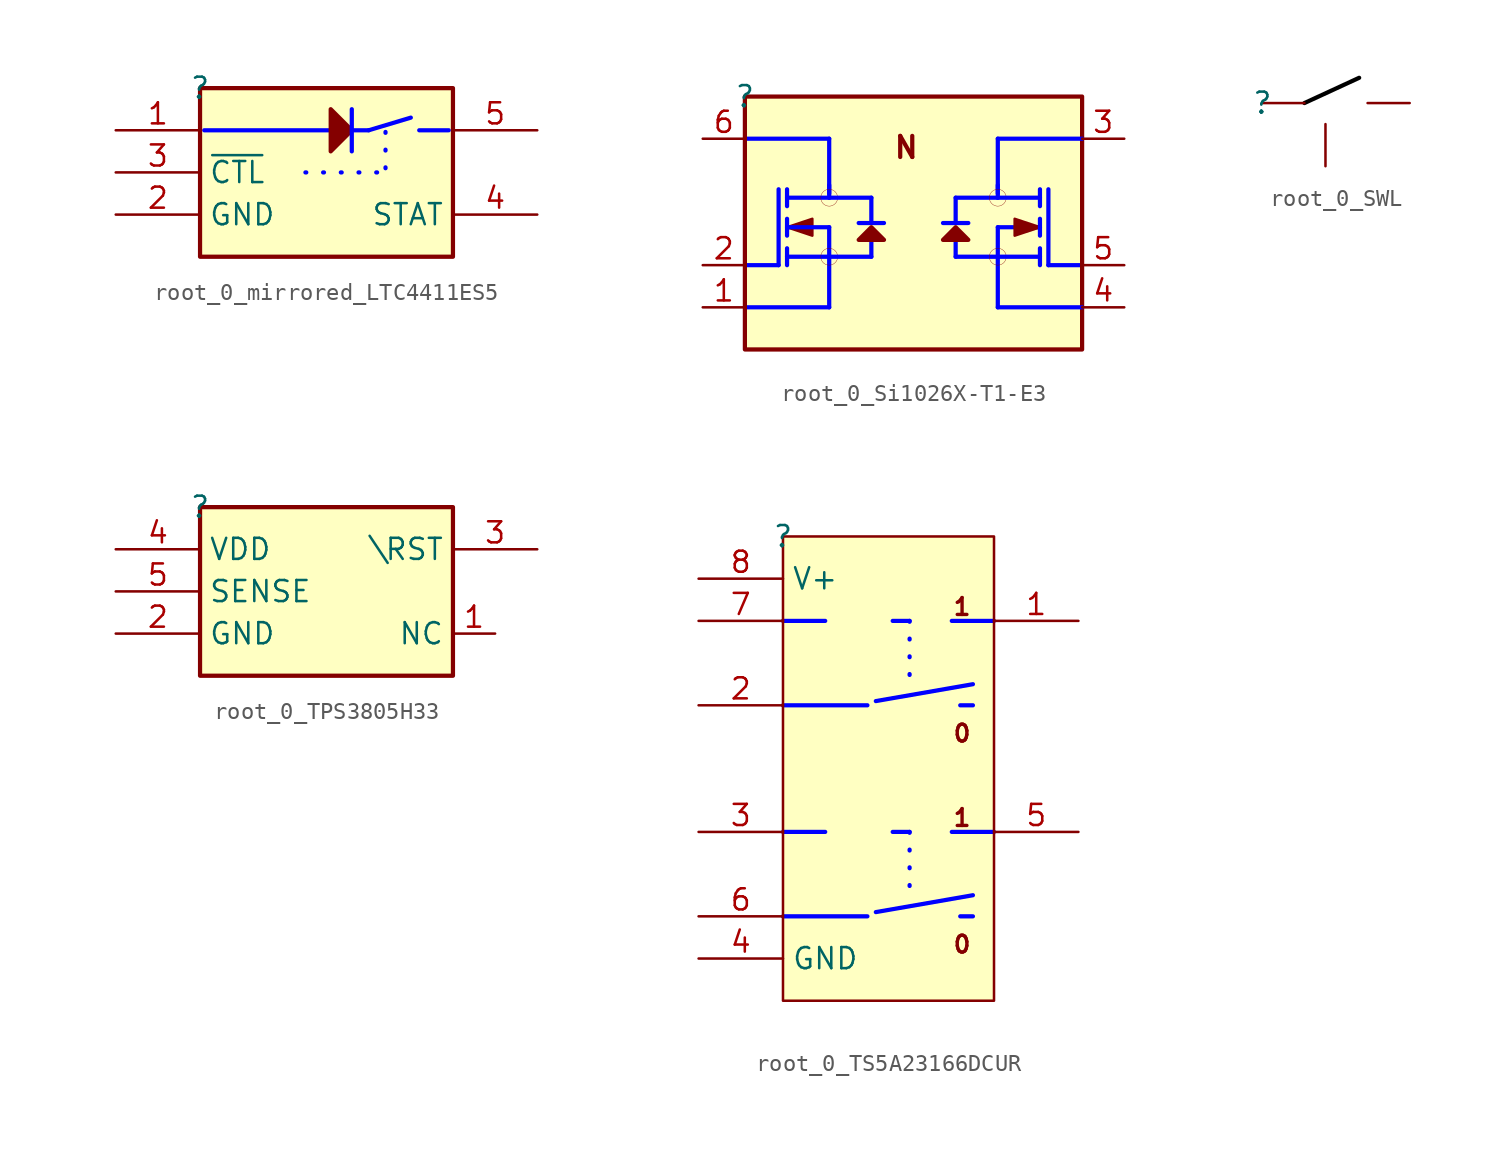
<source format=kicad_sym>
(kicad_symbol_lib
  (version 20231120)
  (generator "kicad_symbol_editor")
  (generator_version "8.0")
  (symbol "root_0_mirrored_LTC4411ES5"
    (property "Reference" ""
      (at 0 0 0)
      (effects (font (size 1.27 1.27))))
    (property "Value" ""
      (at 0 0 0)
      (effects (font (size 1.27 1.27))))
    (symbol "root_0_mirrored_LTC4411ES5_1_0"
      (polyline (pts (xy 0.254 -2.54) (xy 10.16 -2.54)) (stroke (width 0.254) (type solid) (color 0 0 255 1)) (fill (type none)))
      (polyline (pts (xy 6.35 -5.08) (xy 11.176 -5.08)) (stroke (width 0.254) (type dot) (color 0 0 255 1)) (fill (type none)))
      (polyline (pts (xy 9.144 -1.27) (xy 9.144 -3.81)) (stroke (width 0.254) (type solid) (color 0 0 255 1)) (fill (type none)))
      (polyline (pts (xy 10.16 -2.54) (xy 12.7 -1.778)) (stroke (width 0.254) (type solid) (color 0 0 255 1)) (fill (type none)))
      (polyline (pts (xy 11.176 -4.826) (xy 11.176 -2.54)) (stroke (width 0.254) (type dot) (color 0 0 255 1)) (fill (type none)))
      (polyline (pts (xy 13.208 -2.54) (xy 14.986 -2.54)) (stroke (width 0.254) (type solid) (color 0 0 255 1)) (fill (type none)))
      (polyline (pts (xy 7.874 -3.81) (xy 9.144 -2.54) (xy 7.874 -1.27) (xy 7.874 -3.81)) (stroke (width 0.254) (type solid)) (fill (type outline)))
      (rectangle (start 15.24 0) (end 0 -10.16) (stroke (width 0.254) (type solid)) (fill (type background)))
      (pin passive line (at -5.08 -2.54 0) (length 5.08) (name "IN" (effects (font (size 0 0)))) (number "1" (effects (font (size 1.27 1.27)))))
      (pin passive line (at -5.08 -7.62 0) (length 5.08) (name "GND" (effects (font (size 1.27 1.27)))) (number "2" (effects (font (size 1.27 1.27)))))
      (pin passive line (at -5.08 -5.08 0) (length 5.08) (name "~{CTL}" (effects (font (size 1.27 1.27)))) (number "3" (effects (font (size 1.27 1.27)))))
      (pin passive line (at 20.32 -7.62 180) (length 5.08) (name "STAT" (effects (font (size 1.27 1.27)))) (number "4" (effects (font (size 1.27 1.27)))))
      (pin passive line (at 20.32 -2.54 180) (length 5.08) (name "OUT" (effects (font (size 0 0)))) (number "5" (effects (font (size 1.27 1.27)))))))
  (symbol "root_0_Si1026X-T1-E3"
    (property "Reference" ""
      (at 0 0 0)
      (effects (font (size 1.27 1.27))))
    (property "Value" ""
      (at 0 0 0)
      (effects (font (size 1.27 1.27))))
    (symbol "root_0_Si1026X-T1-E3_1_0"
      (polyline (pts (xy 0 -10.16) (xy 2.032 -10.16)) (stroke (width 0.254) (type solid) (color 0 0 255 1)) (fill (type none)))
      (polyline (pts (xy 2.032 -5.588) (xy 2.032 -10.16)) (stroke (width 0.254) (type solid) (color 0 0 255 1)) (fill (type none)))
      (polyline (pts (xy 2.54 -10.16) (xy 2.54 -9.144)) (stroke (width 0.254) (type solid) (color 0 0 255 1)) (fill (type none)))
      (polyline (pts (xy 2.54 -8.382) (xy 2.54 -7.366)) (stroke (width 0.254) (type solid) (color 0 0 255 1)) (fill (type none)))
      (polyline (pts (xy 2.54 -5.588) (xy 2.54 -6.604)) (stroke (width 0.254) (type solid) (color 0 0 255 1)) (fill (type none)))
      (polyline (pts (xy 5.08 -12.7) (xy 0 -12.7)) (stroke (width 0.254) (type solid) (color 0 0 255 1)) (fill (type none)))
      (polyline (pts (xy 5.08 -9.652) (xy 2.54 -9.652)) (stroke (width 0.254) (type solid) (color 0 0 255 1)) (fill (type none)))
      (polyline (pts (xy 5.08 -7.874) (xy 2.54 -7.874)) (stroke (width 0.254) (type solid) (color 0 0 255 1)) (fill (type none)))
      (polyline (pts (xy 5.08 -7.874) (xy 5.08 -12.7)) (stroke (width 0.254) (type solid) (color 0 0 255 1)) (fill (type none)))
      (polyline (pts (xy 5.08 -6.096) (xy 2.54 -6.096)) (stroke (width 0.254) (type solid) (color 0 0 255 1)) (fill (type none)))
      (polyline (pts (xy 5.08 -6.096) (xy 5.08 -5.334)) (stroke (width 0.254) (type solid) (color 0 0 255 1)) (fill (type none)))
      (polyline (pts (xy 5.08 -5.842) (xy 5.08 -2.54)) (stroke (width 0.254) (type solid) (color 0 0 255 1)) (fill (type none)))
      (polyline (pts (xy 5.08 -2.54) (xy 0 -2.54)) (stroke (width 0.254) (type solid) (color 0 0 255 1)) (fill (type none)))
      (polyline (pts (xy 6.858 -7.62) (xy 8.382 -7.62)) (stroke (width 0.254) (type solid) (color 0 0 255 1)) (fill (type none)))
      (polyline (pts (xy 7.62 -9.652) (xy 5.08 -9.652)) (stroke (width 0.254) (type solid) (color 0 0 255 1)) (fill (type none)))
      (polyline (pts (xy 7.62 -8.636) (xy 7.62 -9.652)) (stroke (width 0.254) (type solid) (color 0 0 255 1)) (fill (type none)))
      (polyline (pts (xy 7.62 -6.096) (xy 5.08 -6.096)) (stroke (width 0.254) (type solid) (color 0 0 255 1)) (fill (type none)))
      (polyline (pts (xy 7.62 -6.096) (xy 7.62 -7.62)) (stroke (width 0.254) (type solid) (color 0 0 255 1)) (fill (type none)))
      (polyline (pts (xy 11.938 -7.62) (xy 13.462 -7.62)) (stroke (width 0.254) (type solid) (color 0 0 255 1)) (fill (type none)))
      (polyline (pts (xy 12.7 -8.636) (xy 12.7 -9.652)) (stroke (width 0.254) (type solid) (color 0 0 255 1)) (fill (type none)))
      (polyline (pts (xy 12.7 -6.096) (xy 12.7 -7.62)) (stroke (width 0.254) (type solid) (color 0 0 255 1)) (fill (type none)))
      (polyline (pts (xy 15.24 -9.652) (xy 12.7 -9.652)) (stroke (width 0.254) (type solid) (color 0 0 255 1)) (fill (type none)))
      (polyline (pts (xy 15.24 -7.874) (xy 15.24 -12.7)) (stroke (width 0.254) (type solid) (color 0 0 255 1)) (fill (type none)))
      (polyline (pts (xy 15.24 -6.096) (xy 12.7 -6.096)) (stroke (width 0.254) (type solid) (color 0 0 255 1)) (fill (type none)))
      (polyline (pts (xy 15.24 -6.096) (xy 15.24 -5.334)) (stroke (width 0.254) (type solid) (color 0 0 255 1)) (fill (type none)))
      (polyline (pts (xy 15.24 -5.842) (xy 15.24 -2.54)) (stroke (width 0.254) (type solid) (color 0 0 255 1)) (fill (type none)))
      (polyline (pts (xy 17.78 -10.16) (xy 17.78 -9.144)) (stroke (width 0.254) (type solid) (color 0 0 255 1)) (fill (type none)))
      (polyline (pts (xy 17.78 -9.652) (xy 15.24 -9.652)) (stroke (width 0.254) (type solid) (color 0 0 255 1)) (fill (type none)))
      (polyline (pts (xy 17.78 -8.382) (xy 17.78 -7.366)) (stroke (width 0.254) (type solid) (color 0 0 255 1)) (fill (type none)))
      (polyline (pts (xy 17.78 -7.874) (xy 15.24 -7.874)) (stroke (width 0.254) (type solid) (color 0 0 255 1)) (fill (type none)))
      (polyline (pts (xy 17.78 -6.096) (xy 15.24 -6.096)) (stroke (width 0.254) (type solid) (color 0 0 255 1)) (fill (type none)))
      (polyline (pts (xy 17.78 -5.588) (xy 17.78 -6.604)) (stroke (width 0.254) (type solid) (color 0 0 255 1)) (fill (type none)))
      (polyline (pts (xy 18.288 -10.16) (xy 20.32 -10.16)) (stroke (width 0.254) (type solid) (color 0 0 255 1)) (fill (type none)))
      (polyline (pts (xy 18.288 -5.588) (xy 18.288 -10.16)) (stroke (width 0.254) (type solid) (color 0 0 255 1)) (fill (type none)))
      (polyline (pts (xy 20.32 -12.7) (xy 15.24 -12.7)) (stroke (width 0.254) (type solid) (color 0 0 255 1)) (fill (type none)))
      (polyline (pts (xy 20.32 -2.54) (xy 15.24 -2.54)) (stroke (width 0.254) (type solid) (color 0 0 255 1)) (fill (type none)))
      (polyline (pts (xy 2.54 -7.874) (xy 4.064 -8.382) (xy 4.064 -7.366) (xy 2.54 -7.874)) (stroke (width 0) (type solid)) (fill (type outline)))
      (polyline (pts (xy 8.382 -8.636) (xy 7.62 -7.874) (xy 6.858 -8.636) (xy 8.382 -8.636)) (stroke (width 0.254) (type solid)) (fill (type outline)))
      (polyline (pts (xy 13.462 -8.636) (xy 12.7 -7.874) (xy 11.938 -8.636) (xy 13.462 -8.636)) (stroke (width 0.254) (type solid)) (fill (type outline)))
      (polyline (pts (xy 17.78 -7.874) (xy 16.256 -7.366) (xy 16.256 -8.382) (xy 17.78 -7.874)) (stroke (width 0) (type solid)) (fill (type outline)))
      (circle (center 5.08 -9.652) (radius 0.508) (stroke (width 0.0001) (type solid)) (fill (type color) (color 0 0 255 1)))
      (circle (center 5.08 -6.096) (radius 0.508) (stroke (width 0.0001) (type solid)) (fill (type color) (color 0 0 255 1)))
      (circle (center 15.24 -9.652) (radius 0.508) (stroke (width 0.0001) (type solid)) (fill (type color) (color 0 0 255 1)))
      (circle (center 15.24 -6.096) (radius 0.508) (stroke (width 0.0001) (type solid)) (fill (type color) (color 0 0 255 1)))
      (rectangle (start 20.32 0) (end 0 -15.24) (stroke (width 0.254) (type solid)) (fill (type background)))
      (text "N" (at 8.89 -3.81 0) (effects (font (size 1.27 1.27) (bold yes)) (justify left bottom)))
      (pin passive line (at -2.54 -12.7 0) (length 2.54) (name "S1" (effects (font (size 0 0)))) (number "1" (effects (font (size 1.27 1.27)))))
      (pin passive line (at -2.54 -10.16 0) (length 2.54) (name "G1" (effects (font (size 0 0)))) (number "2" (effects (font (size 1.27 1.27)))))
      (pin passive line (at 22.86 -2.54 180) (length 2.54) (name "D2" (effects (font (size 0 0)))) (number "3" (effects (font (size 1.27 1.27)))))
      (pin passive line (at 22.86 -12.7 180) (length 2.54) (name "S2" (effects (font (size 0 0)))) (number "4" (effects (font (size 1.27 1.27)))))
      (pin passive line (at 22.86 -10.16 180) (length 2.54) (name "G2" (effects (font (size 0 0)))) (number "5" (effects (font (size 1.27 1.27)))))
      (pin passive line (at -2.54 -2.54 0) (length 2.54) (name "D1" (effects (font (size 0 0)))) (number "6" (effects (font (size 1.27 1.27)))))))
  (symbol "root_0_SWL"
    (property "Reference" ""
      (at 0 0 0)
      (effects (font (size 1.27 1.27))))
    (property "Value" ""
      (at 0 0 0)
      (effects (font (size 1.27 1.27))))
    (symbol "root_0_SWL_1_0"
      (polyline (pts (xy 2.54 0) (xy 5.842 1.524)) (stroke (width 0.254) (type solid) (color 0 0 0 1)) (fill (type none)))
      (pin passive line (at 0 0 0) (length 2.54) (name "" (effects (font (size 0 0)))) (number "1" (effects (font (size 0 0)))))
      (pin passive line (at 8.89 0 180) (length 2.54) (name "" (effects (font (size 0 0)))) (number "2" (effects (font (size 0 0)))))
      (pin passive line (at 3.81 -3.81 90) (length 2.54) (name "" (effects (font (size 0 0)))) (number "3" (effects (font (size 0 0)))))))
  (symbol "root_0_TPS3805H33"
    (property "Reference" ""
      (at 0 0 0)
      (effects (font (size 1.27 1.27))))
    (property "Value" ""
      (at 0 0 0)
      (effects (font (size 1.27 1.27))))
    (symbol "root_0_TPS3805H33_1_0"
      (rectangle (start 15.24 0) (end 0 -10.16) (stroke (width 0.254) (type solid)) (fill (type background)))
      (pin passive line (at 17.78 -7.62 180) (length 2.54) (name "NC" (effects (font (size 1.27 1.27)))) (number "1" (effects (font (size 1.27 1.27)))))
      (pin passive line (at -5.08 -7.62 0) (length 5.08) (name "GND" (effects (font (size 1.27 1.27)))) (number "2" (effects (font (size 1.27 1.27)))))
      (pin passive line (at 20.32 -2.54 180) (length 5.08) (name "\\RST" (effects (font (size 1.27 1.27)))) (number "3" (effects (font (size 1.27 1.27)))))
      (pin passive line (at -5.08 -2.54 0) (length 5.08) (name "VDD" (effects (font (size 1.27 1.27)))) (number "4" (effects (font (size 1.27 1.27)))))
      (pin passive line (at -5.08 -5.08 0) (length 5.08) (name "SENSE" (effects (font (size 1.27 1.27)))) (number "5" (effects (font (size 1.27 1.27)))))))
  (symbol "root_0_TS5A23166DCUR"
    (property "Reference" ""
      (at 0 0 0)
      (effects (font (size 1.27 1.27))))
    (property "Value" ""
      (at 0 0 0)
      (effects (font (size 1.27 1.27))))
    (symbol "root_0_TS5A23166DCUR_1_0"
      (polyline (pts (xy 0 -22.86) (xy 5.08 -22.86)) (stroke (width 0.254) (type solid) (color 0 0 255 1)) (fill (type none)))
      (polyline (pts (xy 0 -17.78) (xy 2.54 -17.78)) (stroke (width 0.254) (type solid) (color 0 0 255 1)) (fill (type none)))
      (polyline (pts (xy 0 -10.16) (xy 5.08 -10.16)) (stroke (width 0.254) (type solid) (color 0 0 255 1)) (fill (type none)))
      (polyline (pts (xy 0 -5.08) (xy 2.54 -5.08)) (stroke (width 0.254) (type solid) (color 0 0 255 1)) (fill (type none)))
      (polyline (pts (xy 5.588 -22.606) (xy 11.43 -21.59)) (stroke (width 0.254) (type solid) (color 0 0 255 1)) (fill (type none)))
      (polyline (pts (xy 5.588 -9.906) (xy 11.43 -8.89)) (stroke (width 0.254) (type solid) (color 0 0 255 1)) (fill (type none)))
      (polyline (pts (xy 6.604 -17.78) (xy 7.62 -17.78)) (stroke (width 0.254) (type solid) (color 0 0 255 1)) (fill (type none)))
      (polyline (pts (xy 6.604 -5.08) (xy 7.62 -5.08)) (stroke (width 0.254) (type solid) (color 0 0 255 1)) (fill (type none)))
      (polyline (pts (xy 7.62 -17.78) (xy 7.62 -21.59)) (stroke (width 0.254) (type dot) (color 0 0 255 1)) (fill (type none)))
      (polyline (pts (xy 7.62 -5.08) (xy 7.62 -8.89)) (stroke (width 0.254) (type dot) (color 0 0 255 1)) (fill (type none)))
      (polyline (pts (xy 10.16 -17.78) (xy 12.7 -17.78)) (stroke (width 0.254) (type solid) (color 0 0 255 1)) (fill (type none)))
      (polyline (pts (xy 10.16 -5.08) (xy 12.7 -5.08)) (stroke (width 0.254) (type solid) (color 0 0 255 1)) (fill (type none)))
      (polyline (pts (xy 10.668 -22.86) (xy 11.43 -22.86)) (stroke (width 0.254) (type solid) (color 0 0 255 1)) (fill (type none)))
      (polyline (pts (xy 10.668 -10.16) (xy 11.43 -10.16)) (stroke (width 0.254) (type solid) (color 0 0 255 1)) (fill (type none)))
      (rectangle (start 12.7 0) (end 0 -27.94) (stroke (width 0) (type solid)) (fill (type background)))
      (text "0" (at 10.16 -25.146 0) (effects (font (size 1.016 1.016) (bold yes)) (justify left bottom)))
      (text "0" (at 10.16 -12.446 0) (effects (font (size 1.016 1.016) (bold yes)) (justify left bottom)))
      (text "1" (at 10.16 -17.526 0) (effects (font (size 1.016 1.016) (bold yes)) (justify left bottom)))
      (text "1" (at 10.16 -4.826 0) (effects (font (size 1.016 1.016) (bold yes)) (justify left bottom)))
      (pin passive line (at 17.78 -5.08 180) (length 5.08) (name "NO1" (effects (font (size 0 0)))) (number "1" (effects (font (size 1.27 1.27)))))
      (pin passive line (at -5.08 -10.16 0) (length 5.08) (name "COM1" (effects (font (size 0 0)))) (number "2" (effects (font (size 1.27 1.27)))))
      (pin input line (at -5.08 -17.78 0) (length 5.08) (name "IN2" (effects (font (size 0 0)))) (number "3" (effects (font (size 1.27 1.27)))))
      (pin power_in line (at -5.08 -25.4 0) (length 5.08) (name "GND" (effects (font (size 1.27 1.27)))) (number "4" (effects (font (size 1.27 1.27)))))
      (pin passive line (at 17.78 -17.78 180) (length 5.08) (name "NO2" (effects (font (size 0 0)))) (number "5" (effects (font (size 1.27 1.27)))))
      (pin passive line (at -5.08 -22.86 0) (length 5.08) (name "COM2" (effects (font (size 0 0)))) (number "6" (effects (font (size 1.27 1.27)))))
      (pin input line (at -5.08 -5.08 0) (length 5.08) (name "IN1" (effects (font (size 0 0)))) (number "7" (effects (font (size 1.27 1.27)))))
      (pin power_in line (at -5.08 -2.54 0) (length 5.08) (name "V+" (effects (font (size 1.27 1.27)))) (number "8" (effects (font (size 1.27 1.27))))))))
</source>
